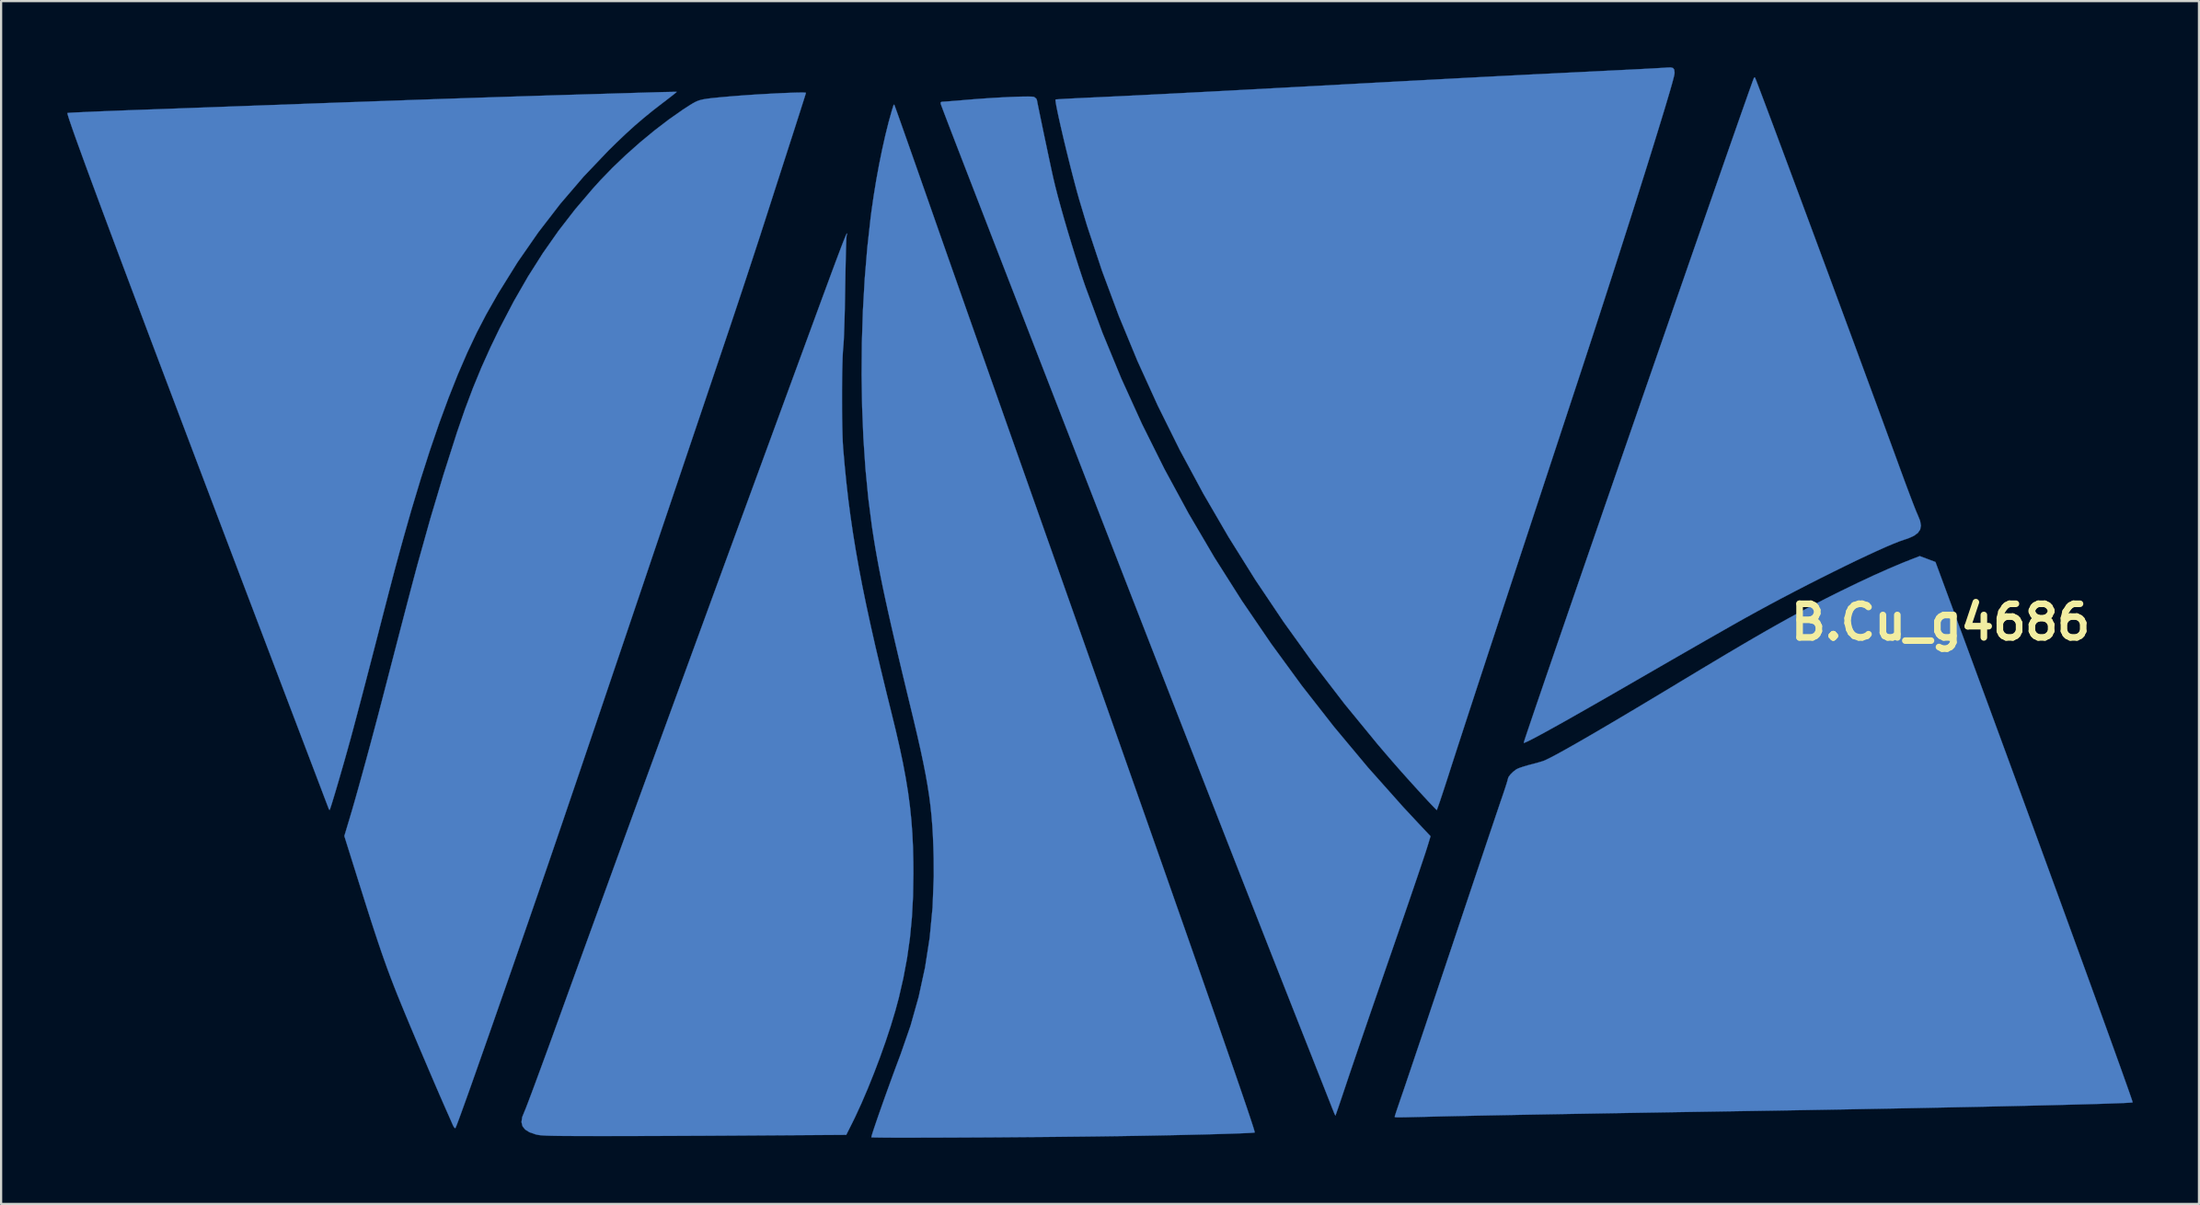
<source format=kicad_pcb>
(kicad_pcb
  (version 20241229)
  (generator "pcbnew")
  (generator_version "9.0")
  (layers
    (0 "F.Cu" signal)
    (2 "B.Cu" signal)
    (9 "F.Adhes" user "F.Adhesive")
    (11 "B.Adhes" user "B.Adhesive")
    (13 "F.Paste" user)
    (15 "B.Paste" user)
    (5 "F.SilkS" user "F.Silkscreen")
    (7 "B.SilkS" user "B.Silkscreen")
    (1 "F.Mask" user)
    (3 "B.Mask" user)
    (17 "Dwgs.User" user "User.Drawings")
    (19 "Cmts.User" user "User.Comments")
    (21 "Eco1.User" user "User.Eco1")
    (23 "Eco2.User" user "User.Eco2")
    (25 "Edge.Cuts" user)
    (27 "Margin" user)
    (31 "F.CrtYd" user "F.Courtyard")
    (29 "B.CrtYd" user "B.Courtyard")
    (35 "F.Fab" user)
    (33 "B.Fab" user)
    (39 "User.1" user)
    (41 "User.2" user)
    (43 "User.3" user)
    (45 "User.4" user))
  (footprint "B.Cu_g4686"
    (layer "F.Cu")
    (at 84.845 25.139)
    (property "Reference" "B.Cu_g4686" (at 0 0 0) (layer "F.SilkS") (effects (font (size 1.524 1.524) (thickness 0.3))))
    (attr through_hole)
    (fp_poly (pts (xy -8.408 -24.677) (xy -8.389 -24.632) (xy -8.341 -24.512) (xy -8.268 -24.321) (xy -8.17 -24.063) (xy -8.049 -23.742) (xy -7.906 -23.362) (xy -7.743 -22.927) (xy -7.561 -22.442) (xy -7.363 -21.91) (xy -7.149 -21.337) (xy -6.921 -20.725) (xy -6.681 -20.078) (xy -6.429 -19.403) (xy -6.169 -18.701) (xy -5.9 -17.977) (xy -5.625 -17.236) (xy -5.346 -16.482) (xy -5.063 -15.719) (xy -4.779 -14.95) (xy -4.494 -14.18) (xy -4.211 -13.414) (xy -3.93 -12.654) (xy -3.655 -11.906) (xy -3.385 -11.174) (xy -3.122 -10.461) (xy -2.868 -9.772) (xy -2.625 -9.111) (xy -2.395 -8.482) (xy -2.177 -7.889) (xy -1.975 -7.337) (xy -1.79 -6.828) (xy -1.769 -6.773) (xy -1.635 -6.407) (xy -1.504 -6.056) (xy -1.381 -5.728) (xy -1.269 -5.435) (xy -1.173 -5.188) (xy -1.096 -4.997) (xy -1.042 -4.872) (xy -1.032 -4.85) (xy -0.929 -4.595) (xy -0.892 -4.379) (xy -0.925 -4.197) (xy -1.03 -4.044) (xy -1.211 -3.912) (xy -1.472 -3.796) (xy -1.651 -3.737) (xy -1.867 -3.662) (xy -2.15 -3.55) (xy -2.494 -3.404) (xy -2.891 -3.226) (xy -3.335 -3.021) (xy -3.82 -2.792) (xy -4.337 -2.541) (xy -4.881 -2.273) (xy -5.445 -1.991) (xy -6.022 -1.698) (xy -6.605 -1.397) (xy -7.187 -1.092) (xy -7.762 -0.786) (xy -8.322 -0.482) (xy -8.856 -0.187) (xy -9.096 -0.053) (xy -9.4 0.119) (xy -9.762 0.325) (xy -10.174 0.56) (xy -10.627 0.818) (xy -11.113 1.097) (xy -11.625 1.391) (xy -12.154 1.695) (xy -12.693 2.006) (xy -13.234 2.318) (xy -13.768 2.627) (xy -13.782 2.634) (xy -14.548 3.077) (xy -15.256 3.484) (xy -15.905 3.855) (xy -16.494 4.19) (xy -17.021 4.488) (xy -17.486 4.748) (xy -17.886 4.969) (xy -18.221 5.151) (xy -18.488 5.292) (xy -18.688 5.393) (xy -18.818 5.451) (xy -18.877 5.468) (xy -18.881 5.464) (xy -18.867 5.415) (xy -18.827 5.29) (xy -18.761 5.091) (xy -18.671 4.823) (xy -18.558 4.489) (xy -18.423 4.091) (xy -18.267 3.634) (xy -18.091 3.121) (xy -17.898 2.555) (xy -17.686 1.939) (xy -17.459 1.278) (xy -17.217 0.574) (xy -16.961 -0.17) (xy -16.693 -0.949) (xy -16.413 -1.761) (xy -16.123 -2.602) (xy -15.824 -3.468) (xy -15.517 -4.357) (xy -15.204 -5.266) (xy -14.884 -6.189) (xy -14.561 -7.125) (xy -14.234 -8.07) (xy -13.905 -9.02) (xy -13.576 -9.972) (xy -13.246 -10.923) (xy -12.918 -11.869) (xy -12.593 -12.807) (xy -12.272 -13.734) (xy -11.956 -14.646) (xy -11.645 -15.54) (xy -11.343 -16.412) (xy -11.048 -17.259) (xy -10.764 -18.077) (xy -10.49 -18.864) (xy -10.228 -19.616) (xy -9.979 -20.329) (xy -9.745 -21.001) (xy -9.526 -21.627) (xy -9.324 -22.204) (xy -9.14 -22.73) (xy -8.975 -23.2) (xy -8.83 -23.611) (xy -8.707 -23.96) (xy -8.606 -24.243) (xy -8.529 -24.458) (xy -8.477 -24.6) (xy -8.45 -24.666) (xy -8.448 -24.671) (xy -8.409 -24.678) (xy -8.408 -24.677)) (stroke (width 0.01) (type solid)) (fill yes) (layer "B.Cu"))
    (fp_poly (pts (xy -41.144 -23.81) (xy -41.059 -23.798) (xy -41.058 -23.798) (xy -40.957 -23.719) (xy -40.926 -23.636) (xy -40.908 -23.537) (xy -40.874 -23.368) (xy -40.827 -23.139) (xy -40.77 -22.863) (xy -40.705 -22.55) (xy -40.635 -22.212) (xy -40.561 -21.861) (xy -40.487 -21.51) (xy -40.415 -21.168) (xy -40.347 -20.849) (xy -40.286 -20.563) (xy -40.233 -20.322) (xy -40.193 -20.138) (xy -40.191 -20.13) (xy -40.101 -19.752) (xy -39.987 -19.308) (xy -39.852 -18.813) (xy -39.702 -18.28) (xy -39.539 -17.724) (xy -39.368 -17.157) (xy -39.194 -16.595) (xy -39.02 -16.051) (xy -38.851 -15.539) (xy -38.735 -15.202) (xy -37.962 -13.111) (xy -37.106 -11.035) (xy -36.17 -8.976) (xy -35.154 -6.938) (xy -34.06 -4.922) (xy -32.89 -2.93) (xy -31.644 -0.965) (xy -30.324 0.971) (xy -28.933 2.875) (xy -27.47 4.746) (xy -25.937 6.581) (xy -24.337 8.378) (xy -23.691 9.071) (xy -23.102 9.697) (xy -23.22 10.087) (xy -23.271 10.25) (xy -23.344 10.476) (xy -23.441 10.767) (xy -23.561 11.124) (xy -23.705 11.55) (xy -23.874 12.046) (xy -24.068 12.613) (xy -24.287 13.252) (xy -24.533 13.966) (xy -24.805 14.755) (xy -25.105 15.621) (xy -25.39 16.447) (xy -25.577 16.986) (xy -25.766 17.534) (xy -25.954 18.08) (xy -26.137 18.615) (xy -26.313 19.128) (xy -26.477 19.61) (xy -26.627 20.05) (xy -26.759 20.438) (xy -26.869 20.765) (xy -26.943 20.987) (xy -27.051 21.309) (xy -27.15 21.604) (xy -27.238 21.863) (xy -27.311 22.076) (xy -27.366 22.234) (xy -27.401 22.329) (xy -27.411 22.352) (xy -27.432 22.315) (xy -27.475 22.218) (xy -27.531 22.078) (xy -27.553 22.024) (xy -27.593 21.922) (xy -27.66 21.75) (xy -27.752 21.516) (xy -27.865 21.23) (xy -27.995 20.9) (xy -28.14 20.534) (xy -28.295 20.141) (xy -28.457 19.729) (xy -28.533 19.537) (xy -29.127 18.034) (xy -29.749 16.456) (xy -30.4 14.803) (xy -31.079 13.072) (xy -31.788 11.266) (xy -32.525 9.383) (xy -33.292 7.422) (xy -34.088 5.384) (xy -34.913 3.269) (xy -35.768 1.075) (xy -36.652 -1.196) (xy -37.566 -3.547) (xy -38.51 -5.976) (xy -38.532 -6.032) (xy -39.147 -7.617) (xy -39.732 -9.122) (xy -40.286 -10.55) (xy -40.81 -11.9) (xy -41.304 -13.173) (xy -41.768 -14.37) (xy -42.203 -15.49) (xy -42.608 -16.535) (xy -42.984 -17.505) (xy -43.33 -18.4) (xy -43.648 -19.221) (xy -43.937 -19.968) (xy -44.198 -20.642) (xy -44.43 -21.243) (xy -44.634 -21.771) (xy -44.81 -22.228) (xy -44.958 -22.613) (xy -45.078 -22.928) (xy -45.171 -23.172) (xy -45.236 -23.346) (xy -45.275 -23.45) (xy -45.286 -23.484) (xy -45.286 -23.557) (xy -45.228 -23.579) (xy -45.206 -23.58) (xy -45.136 -23.584) (xy -44.996 -23.593) (xy -44.797 -23.609) (xy -44.555 -23.628) (xy -44.282 -23.651) (xy -44.133 -23.664) (xy -43.716 -23.698) (xy -43.298 -23.728) (xy -42.889 -23.755) (xy -42.498 -23.777) (xy -42.134 -23.795) (xy -41.808 -23.807) (xy -41.528 -23.814) (xy -41.303 -23.815) (xy -41.144 -23.81)) (stroke (width 0.01) (type solid)) (fill yes) (layer "B.Cu"))
    (fp_poly (pts (xy -49.532 -17.588) (xy -49.549 -17.514) (xy -49.551 -17.505) (xy -49.557 -17.439) (xy -49.565 -17.297) (xy -49.573 -17.087) (xy -49.581 -16.817) (xy -49.589 -16.497) (xy -49.597 -16.134) (xy -49.605 -15.737) (xy -49.612 -15.314) (xy -49.615 -15.155) (xy -49.623 -14.666) (xy -49.632 -14.203) (xy -49.643 -13.773) (xy -49.655 -13.387) (xy -49.667 -13.052) (xy -49.679 -12.778) (xy -49.692 -12.573) (xy -49.701 -12.467) (xy -49.717 -12.281) (xy -49.73 -12.023) (xy -49.74 -11.704) (xy -49.749 -11.338) (xy -49.754 -10.936) (xy -49.758 -10.511) (xy -49.758 -10.074) (xy -49.757 -9.639) (xy -49.752 -9.218) (xy -49.745 -8.822) (xy -49.736 -8.464) (xy -49.724 -8.156) (xy -49.709 -7.911) (xy -49.708 -7.895) (xy -49.64 -7.115) (xy -49.564 -6.35) (xy -49.478 -5.592) (xy -49.379 -4.834) (xy -49.267 -4.068) (xy -49.141 -3.287) (xy -48.999 -2.484) (xy -48.84 -1.65) (xy -48.661 -0.778) (xy -48.463 0.138) (xy -48.244 1.108) (xy -48.001 2.137) (xy -47.735 3.235) (xy -47.535 4.043) (xy -47.329 4.885) (xy -47.151 5.66) (xy -46.999 6.38) (xy -46.872 7.057) (xy -46.767 7.702) (xy -46.684 8.328) (xy -46.62 8.947) (xy -46.573 9.571) (xy -46.543 10.212) (xy -46.528 10.882) (xy -46.525 11.39) (xy -46.541 12.412) (xy -46.593 13.377) (xy -46.682 14.304) (xy -46.811 15.214) (xy -46.982 16.128) (xy -47.186 17.018) (xy -47.35 17.626) (xy -47.55 18.289) (xy -47.781 18.988) (xy -48.036 19.707) (xy -48.309 20.427) (xy -48.592 21.13) (xy -48.879 21.8) (xy -49.163 22.417) (xy -49.294 22.684) (xy -49.566 23.227) (xy -53.919 23.255) (xy -54.588 23.259) (xy -55.282 23.263) (xy -55.988 23.267) (xy -56.698 23.27) (xy -57.398 23.273) (xy -58.08 23.276) (xy -58.731 23.278) (xy -59.341 23.279) (xy -59.899 23.28) (xy -60.394 23.281) (xy -60.812 23.281) (xy -61.348 23.28) (xy -61.806 23.279) (xy -62.193 23.277) (xy -62.516 23.275) (xy -62.783 23.271) (xy -63 23.266) (xy -63.174 23.26) (xy -63.312 23.252) (xy -63.422 23.243) (xy -63.509 23.231) (xy -63.582 23.217) (xy -63.631 23.206) (xy -63.91 23.11) (xy -64.109 22.986) (xy -64.23 22.833) (xy -64.275 22.647) (xy -64.244 22.425) (xy -64.141 22.171) (xy -64.108 22.094) (xy -64.049 21.943) (xy -63.965 21.724) (xy -63.859 21.443) (xy -63.733 21.107) (xy -63.59 20.72) (xy -63.431 20.289) (xy -63.259 19.821) (xy -63.075 19.319) (xy -62.883 18.792) (xy -62.685 18.244) (xy -62.616 18.055) (xy -62.132 16.717) (xy -61.619 15.301) (xy -61.076 13.807) (xy -60.504 12.234) (xy -59.903 10.582) (xy -59.273 8.852) (xy -58.613 7.043) (xy -57.924 5.155) (xy -57.205 3.188) (xy -56.457 1.143) (xy -55.68 -0.982) (xy -54.873 -3.185) (xy -54.036 -5.468) (xy -53.17 -7.829) (xy -52.275 -10.27) (xy -51.35 -12.79) (xy -50.863 -14.118) (xy -50.62 -14.778) (xy -50.405 -15.36) (xy -50.217 -15.869) (xy -50.054 -16.307) (xy -49.915 -16.676) (xy -49.8 -16.98) (xy -49.707 -17.221) (xy -49.634 -17.403) (xy -49.582 -17.527) (xy -49.548 -17.598) (xy -49.532 -17.617) (xy -49.532 -17.588)) (stroke (width 0.01) (type solid)) (fill yes) (layer "B.Cu"))
    (fp_poly (pts (xy -57.248 -24.027) (xy -57.245 -24.026) (xy -57.273 -23.999) (xy -57.359 -23.929) (xy -57.493 -23.823) (xy -57.664 -23.691) (xy -57.861 -23.54) (xy -57.88 -23.526) (xy -58.331 -23.177) (xy -58.748 -22.837) (xy -59.15 -22.493) (xy -59.554 -22.126) (xy -59.978 -21.722) (xy -60.349 -21.357) (xy -61.461 -20.189) (xy -62.515 -18.959) (xy -63.512 -17.666) (xy -64.452 -16.312) (xy -65.333 -14.896) (xy -65.874 -13.945) (xy -66.303 -13.12) (xy -66.731 -12.215) (xy -67.157 -11.23) (xy -67.581 -10.162) (xy -68.004 -9.013) (xy -68.426 -7.781) (xy -68.847 -6.466) (xy -69.268 -5.068) (xy -69.59 -3.937) (xy -69.664 -3.672) (xy -69.733 -3.422) (xy -69.8 -3.179) (xy -69.866 -2.935) (xy -69.934 -2.684) (xy -70.006 -2.416) (xy -70.083 -2.125) (xy -70.167 -1.804) (xy -70.261 -1.445) (xy -70.366 -1.04) (xy -70.485 -0.582) (xy -70.619 -0.063) (xy -70.77 0.524) (xy -70.913 1.079) (xy -71.048 1.6) (xy -71.186 2.133) (xy -71.325 2.668) (xy -71.462 3.192) (xy -71.594 3.694) (xy -71.718 4.162) (xy -71.83 4.584) (xy -71.927 4.949) (xy -72.007 5.243) (xy -72.01 5.255) (xy -72.105 5.597) (xy -72.205 5.957) (xy -72.309 6.326) (xy -72.415 6.693) (xy -72.518 7.051) (xy -72.617 7.39) (xy -72.709 7.701) (xy -72.791 7.973) (xy -72.86 8.199) (xy -72.914 8.369) (xy -72.95 8.474) (xy -72.964 8.504) (xy -72.99 8.488) (xy -73.002 8.462) (xy -73.021 8.412) (xy -73.067 8.291) (xy -73.138 8.105) (xy -73.23 7.863) (xy -73.341 7.57) (xy -73.468 7.236) (xy -73.608 6.867) (xy -73.759 6.47) (xy -73.853 6.223) (xy -74.621 4.204) (xy -75.359 2.262) (xy -76.067 0.399) (xy -76.746 -1.388) (xy -77.395 -3.098) (xy -78.015 -4.733) (xy -78.606 -6.292) (xy -79.169 -7.778) (xy -79.703 -9.19) (xy -80.209 -10.529) (xy -80.688 -11.796) (xy -81.139 -12.991) (xy -81.562 -14.116) (xy -81.959 -15.171) (xy -82.329 -16.156) (xy -82.672 -17.072) (xy -82.989 -17.92) (xy -83.28 -18.701) (xy -83.545 -19.416) (xy -83.785 -20.064) (xy -84 -20.647) (xy -84.189 -21.166) (xy -84.354 -21.62) (xy -84.495 -22.011) (xy -84.611 -22.34) (xy -84.703 -22.607) (xy -84.772 -22.813) (xy -84.817 -22.958) (xy -84.839 -23.043) (xy -84.84 -23.069) (xy -84.792 -23.075) (xy -84.666 -23.083) (xy -84.468 -23.094) (xy -84.206 -23.106) (xy -83.885 -23.121) (xy -83.513 -23.137) (xy -83.095 -23.154) (xy -82.639 -23.172) (xy -82.15 -23.191) (xy -81.637 -23.21) (xy -81.547 -23.213) (xy -80.932 -23.235) (xy -80.267 -23.259) (xy -79.569 -23.285) (xy -78.855 -23.311) (xy -78.141 -23.337) (xy -77.442 -23.363) (xy -76.777 -23.387) (xy -76.16 -23.41) (xy -75.609 -23.43) (xy -75.523 -23.433) (xy -73.865 -23.494) (xy -72.288 -23.551) (xy -70.787 -23.605) (xy -69.357 -23.655) (xy -67.995 -23.702) (xy -66.695 -23.746) (xy -65.454 -23.787) (xy -64.268 -23.825) (xy -63.132 -23.861) (xy -62.041 -23.894) (xy -61.934 -23.897) (xy -61.455 -23.912) (xy -60.96 -23.926) (xy -60.462 -23.941) (xy -59.977 -23.956) (xy -59.518 -23.969) (xy -59.102 -23.982) (xy -58.743 -23.992) (xy -58.483 -24) (xy -58.17 -24.009) (xy -57.886 -24.017) (xy -57.641 -24.022) (xy -57.446 -24.026) (xy -57.311 -24.028) (xy -57.248 -24.027)) (stroke (width 0.01) (type solid)) (fill yes) (layer "B.Cu"))
    (fp_poly (pts (xy -12.12 -25.108) (xy -12.066 -25.038) (xy -12.05 -24.914) (xy -12.051 -24.862) (xy -12.065 -24.778) (xy -12.105 -24.617) (xy -12.168 -24.384) (xy -12.254 -24.082) (xy -12.362 -23.717) (xy -12.489 -23.29) (xy -12.636 -22.808) (xy -12.8 -22.273) (xy -12.98 -21.689) (xy -13.175 -21.061) (xy -13.384 -20.393) (xy -13.606 -19.689) (xy -13.838 -18.952) (xy -14.081 -18.187) (xy -14.333 -17.398) (xy -14.592 -16.588) (xy -14.857 -15.762) (xy -15.127 -14.924) (xy -15.401 -14.077) (xy -15.677 -13.227) (xy -15.955 -12.376) (xy -16.232 -11.529) (xy -16.404 -11.007) (xy -16.472 -10.799) (xy -16.565 -10.518) (xy -16.68 -10.169) (xy -16.815 -9.758) (xy -16.968 -9.292) (xy -17.138 -8.777) (xy -17.321 -8.22) (xy -17.517 -7.626) (xy -17.722 -7.003) (xy -17.935 -6.356) (xy -18.154 -5.691) (xy -18.377 -5.015) (xy -18.601 -4.335) (xy -18.62 -4.276) (xy -18.989 -3.157) (xy -19.332 -2.114) (xy -19.651 -1.143) (xy -19.948 -0.241) (xy -20.223 0.597) (xy -20.479 1.374) (xy -20.715 2.096) (xy -20.935 2.765) (xy -21.138 3.387) (xy -21.327 3.964) (xy -21.502 4.501) (xy -21.665 5.002) (xy -21.818 5.471) (xy -21.961 5.912) (xy -22.096 6.33) (xy -22.224 6.727) (xy -22.296 6.953) (xy -22.408 7.298) (xy -22.512 7.617) (xy -22.606 7.9) (xy -22.686 8.14) (xy -22.751 8.326) (xy -22.796 8.452) (xy -22.818 8.507) (xy -22.82 8.509) (xy -22.855 8.479) (xy -22.937 8.396) (xy -23.059 8.269) (xy -23.211 8.108) (xy -23.383 7.922) (xy -23.418 7.885) (xy -23.808 7.458) (xy -24.157 7.072) (xy -24.482 6.707) (xy -24.802 6.342) (xy -25.133 5.958) (xy -25.494 5.535) (xy -25.509 5.517) (xy -26.987 3.715) (xy -28.401 1.874) (xy -29.751 -0.004) (xy -31.034 -1.914) (xy -32.247 -3.854) (xy -33.39 -5.819) (xy -34.461 -7.807) (xy -35.457 -9.815) (xy -36.377 -11.838) (xy -37.218 -13.873) (xy -37.98 -15.918) (xy -38.66 -17.969) (xy -39.016 -19.156) (xy -39.105 -19.473) (xy -39.2 -19.825) (xy -39.299 -20.202) (xy -39.401 -20.598) (xy -39.502 -21.002) (xy -39.602 -21.407) (xy -39.698 -21.805) (xy -39.787 -22.185) (xy -39.869 -22.541) (xy -39.941 -22.864) (xy -40.001 -23.145) (xy -40.047 -23.375) (xy -40.077 -23.547) (xy -40.09 -23.652) (xy -40.086 -23.68) (xy -40.041 -23.686) (xy -39.921 -23.694) (xy -39.736 -23.706) (xy -39.494 -23.719) (xy -39.206 -23.734) (xy -38.881 -23.75) (xy -38.528 -23.767) (xy -38.523 -23.767) (xy -37.949 -23.794) (xy -37.352 -23.822) (xy -36.727 -23.852) (xy -36.068 -23.885) (xy -35.371 -23.92) (xy -34.629 -23.958) (xy -33.839 -23.999) (xy -32.993 -24.043) (xy -32.088 -24.091) (xy -31.118 -24.143) (xy -30.077 -24.199) (xy -28.96 -24.259) (xy -28.215 -24.299) (xy -27.141 -24.358) (xy -26.146 -24.412) (xy -25.224 -24.462) (xy -24.372 -24.508) (xy -23.582 -24.55) (xy -22.85 -24.589) (xy -22.171 -24.625) (xy -21.539 -24.659) (xy -20.948 -24.69) (xy -20.394 -24.719) (xy -19.872 -24.746) (xy -19.374 -24.771) (xy -18.898 -24.796) (xy -18.436 -24.819) (xy -17.984 -24.841) (xy -17.801 -24.85) (xy -17.328 -24.874) (xy -16.8 -24.9) (xy -16.243 -24.927) (xy -15.68 -24.955) (xy -15.137 -24.982) (xy -14.637 -25.007) (xy -14.33 -25.022) (xy -13.949 -25.041) (xy -13.587 -25.059) (xy -13.253 -25.077) (xy -12.959 -25.093) (xy -12.715 -25.107) (xy -12.531 -25.118) (xy -12.419 -25.126) (xy -12.404 -25.127) (xy -12.228 -25.134) (xy -12.12 -25.108)) (stroke (width 0.01) (type solid)) (fill yes) (layer "B.Cu"))
    (fp_poly (pts (xy -47.392 -23.445) (xy -47.375 -23.403) (xy -47.333 -23.287) (xy -47.266 -23.102) (xy -47.178 -22.855) (xy -47.07 -22.55) (xy -46.944 -22.193) (xy -46.802 -21.791) (xy -46.646 -21.348) (xy -46.478 -20.87) (xy -46.3 -20.364) (xy -46.115 -19.834) (xy -46.106 -19.809) (xy -45.921 -19.282) (xy -45.745 -18.779) (xy -45.575 -18.294) (xy -45.411 -17.825) (xy -45.25 -17.366) (xy -45.091 -16.913) (xy -44.933 -16.463) (xy -44.774 -16.011) (xy -44.612 -15.552) (xy -44.447 -15.082) (xy -44.277 -14.598) (xy -44.1 -14.094) (xy -43.914 -13.567) (xy -43.719 -13.013) (xy -43.512 -12.427) (xy -43.292 -11.805) (xy -43.059 -11.142) (xy -42.809 -10.435) (xy -42.542 -9.679) (xy -42.257 -8.87) (xy -41.951 -8.003) (xy -41.623 -7.075) (xy -41.272 -6.082) (xy -40.896 -5.018) (xy -40.495 -3.88) (xy -40.365 -3.514) (xy -39.674 -1.556) (xy -39.008 0.33) (xy -38.369 2.143) (xy -37.755 3.883) (xy -37.168 5.55) (xy -36.607 7.143) (xy -36.072 8.663) (xy -35.564 10.108) (xy -35.082 11.479) (xy -34.628 12.775) (xy -34.199 13.996) (xy -33.798 15.142) (xy -33.424 16.213) (xy -33.077 17.207) (xy -32.757 18.125) (xy -32.465 18.967) (xy -32.2 19.732) (xy -31.962 20.421) (xy -31.752 21.031) (xy -31.57 21.564) (xy -31.415 22.019) (xy -31.289 22.396) (xy -31.19 22.695) (xy -31.12 22.914) (xy -31.078 23.055) (xy -31.064 23.116) (xy -31.065 23.119) (xy -31.115 23.127) (xy -31.244 23.137) (xy -31.446 23.147) (xy -31.716 23.158) (xy -32.048 23.17) (xy -32.435 23.182) (xy -32.873 23.195) (xy -33.355 23.208) (xy -33.876 23.22) (xy -34.431 23.233) (xy -35.012 23.245) (xy -35.615 23.257) (xy -36.235 23.268) (xy -36.864 23.278) (xy -37.105 23.282) (xy -37.64 23.289) (xy -38.21 23.297) (xy -38.808 23.304) (xy -39.429 23.31) (xy -40.068 23.317) (xy -40.72 23.323) (xy -41.378 23.328) (xy -42.038 23.333) (xy -42.694 23.338) (xy -43.341 23.342) (xy -43.972 23.345) (xy -44.584 23.348) (xy -45.17 23.35) (xy -45.725 23.352) (xy -46.244 23.353) (xy -46.721 23.354) (xy -47.15 23.354) (xy -47.527 23.353) (xy -47.845 23.351) (xy -48.1 23.348) (xy -48.286 23.345) (xy -48.397 23.341) (xy -48.429 23.337) (xy -48.415 23.273) (xy -48.375 23.138) (xy -48.311 22.942) (xy -48.226 22.691) (xy -48.125 22.396) (xy -48.009 22.065) (xy -47.882 21.705) (xy -47.747 21.327) (xy -47.606 20.938) (xy -47.464 20.548) (xy -47.323 20.164) (xy -47.185 19.795) (xy -47.102 19.574) (xy -46.653 18.28) (xy -46.285 16.972) (xy -45.997 15.646) (xy -45.787 14.298) (xy -45.656 12.924) (xy -45.602 11.521) (xy -45.606 10.71) (xy -45.62 10.184) (xy -45.64 9.692) (xy -45.667 9.223) (xy -45.704 8.769) (xy -45.751 8.318) (xy -45.81 7.862) (xy -45.884 7.389) (xy -45.972 6.892) (xy -46.077 6.359) (xy -46.2 5.781) (xy -46.343 5.148) (xy -46.507 4.45) (xy -46.631 3.937) (xy -46.851 3.027) (xy -47.051 2.193) (xy -47.232 1.428) (xy -47.396 0.727) (xy -47.544 0.084) (xy -47.677 -0.508) (xy -47.797 -1.055) (xy -47.905 -1.562) (xy -48.002 -2.037) (xy -48.089 -2.485) (xy -48.168 -2.912) (xy -48.241 -3.324) (xy -48.308 -3.728) (xy -48.37 -4.129) (xy -48.405 -4.36) (xy -48.568 -5.628) (xy -48.696 -6.96) (xy -48.789 -8.343) (xy -48.847 -9.764) (xy -48.87 -11.208) (xy -48.858 -12.665) (xy -48.811 -14.119) (xy -48.729 -15.559) (xy -48.612 -16.97) (xy -48.46 -18.34) (xy -48.426 -18.604) (xy -48.325 -19.307) (xy -48.209 -20.019) (xy -48.08 -20.723) (xy -47.941 -21.407) (xy -47.796 -22.056) (xy -47.647 -22.655) (xy -47.497 -23.19) (xy -47.43 -23.406) (xy -47.403 -23.448) (xy -47.392 -23.445)) (stroke (width 0.01) (type solid)) (fill yes) (layer "B.Cu"))
    (fp_poly (pts (xy -0.589 -2.861) (xy -0.233 -2.728) (xy 0.815 0.107) (xy 1.16 1.041) (xy 1.51 1.991) (xy 1.864 2.954) (xy 2.222 3.925) (xy 2.581 4.902) (xy 2.941 5.882) (xy 3.3 6.861) (xy 3.658 7.836) (xy 4.012 8.803) (xy 4.363 9.761) (xy 4.708 10.705) (xy 5.046 11.631) (xy 5.378 12.538) (xy 5.7 13.422) (xy 6.012 14.279) (xy 6.313 15.106) (xy 6.602 15.9) (xy 6.877 16.658) (xy 7.138 17.376) (xy 7.382 18.052) (xy 7.61 18.682) (xy 7.819 19.262) (xy 8.009 19.791) (xy 8.179 20.263) (xy 8.326 20.677) (xy 8.451 21.028) (xy 8.552 21.314) (xy 8.627 21.532) (xy 8.676 21.677) (xy 8.697 21.748) (xy 8.697 21.754) (xy 8.648 21.763) (xy 8.517 21.772) (xy 8.308 21.783) (xy 8.023 21.794) (xy 7.666 21.807) (xy 7.241 21.821) (xy 6.749 21.835) (xy 6.195 21.85) (xy 5.581 21.866) (xy 4.911 21.883) (xy 4.187 21.9) (xy 3.413 21.918) (xy 2.592 21.936) (xy 1.728 21.955) (xy 0.822 21.973) (xy -0.121 21.992) (xy -1.099 22.012) (xy -2.108 22.031) (xy -3.145 22.05) (xy -4.207 22.07) (xy -5.291 22.089) (xy -6.395 22.108) (xy -7.513 22.127) (xy -8.645 22.145) (xy -9.716 22.162) (xy -10.829 22.18) (xy -11.926 22.197) (xy -13.001 22.215) (xy -14.051 22.232) (xy -15.071 22.249) (xy -16.055 22.266) (xy -16.999 22.282) (xy -17.899 22.298) (xy -18.75 22.313) (xy -19.547 22.328) (xy -20.285 22.342) (xy -20.96 22.355) (xy -21.567 22.368) (xy -22.102 22.379) (xy -22.56 22.389) (xy -22.797 22.395) (xy -23.251 22.406) (xy -23.627 22.415) (xy -23.934 22.422) (xy -24.177 22.428) (xy -24.365 22.431) (xy -24.504 22.432) (xy -24.602 22.432) (xy -24.666 22.43) (xy -24.702 22.426) (xy -24.719 22.42) (xy -24.724 22.412) (xy -24.723 22.402) (xy -24.723 22.399) (xy -24.709 22.35) (xy -24.672 22.232) (xy -24.614 22.057) (xy -24.539 21.837) (xy -24.452 21.581) (xy -24.38 21.372) (xy -24.325 21.214) (xy -24.246 20.981) (xy -24.144 20.678) (xy -24.02 20.312) (xy -23.877 19.888) (xy -23.717 19.412) (xy -23.54 18.888) (xy -23.35 18.323) (xy -23.149 17.722) (xy -22.937 17.09) (xy -22.717 16.434) (xy -22.491 15.759) (xy -22.26 15.069) (xy -22.097 14.584) (xy -21.866 13.892) (xy -21.639 13.213) (xy -21.417 12.551) (xy -21.203 11.912) (xy -20.998 11.301) (xy -20.804 10.724) (xy -20.624 10.186) (xy -20.458 9.692) (xy -20.308 9.248) (xy -20.177 8.859) (xy -20.066 8.53) (xy -19.977 8.266) (xy -19.912 8.074) (xy -19.879 7.98) (xy -19.794 7.73) (xy -19.719 7.505) (xy -19.659 7.317) (xy -19.618 7.18) (xy -19.601 7.108) (xy -19.6 7.103) (xy -19.568 7.013) (xy -19.483 6.899) (xy -19.366 6.782) (xy -19.236 6.681) (xy -19.172 6.644) (xy -19.061 6.598) (xy -18.894 6.542) (xy -18.699 6.484) (xy -18.589 6.455) (xy -18.388 6.402) (xy -18.199 6.35) (xy -18.048 6.305) (xy -17.992 6.286) (xy -17.86 6.23) (xy -17.658 6.13) (xy -17.388 5.987) (xy -17.053 5.803) (xy -16.654 5.578) (xy -16.193 5.314) (xy -15.673 5.013) (xy -15.095 4.674) (xy -14.462 4.3) (xy -13.775 3.891) (xy -13.036 3.449) (xy -12.248 2.975) (xy -11.811 2.711) (xy -11.018 2.233) (xy -10.289 1.796) (xy -9.62 1.397) (xy -9.002 1.032) (xy -8.431 0.698) (xy -7.898 0.391) (xy -7.399 0.108) (xy -6.925 -0.156) (xy -6.472 -0.404) (xy -6.032 -0.639) (xy -5.599 -0.866) (xy -5.167 -1.087) (xy -4.728 -1.307) (xy -4.508 -1.416) (xy -3.745 -1.786) (xy -3.022 -2.124) (xy -2.35 -2.424) (xy -1.735 -2.684) (xy -1.372 -2.828) (xy -0.945 -2.994) (xy -0.589 -2.861)) (stroke (width 0.01) (type solid)) (fill yes) (layer "B.Cu"))
    (fp_poly (pts (xy -51.5 -23.996) (xy -51.41 -23.99) (xy -51.393 -23.983) (xy -51.405 -23.937) (xy -51.441 -23.819) (xy -51.498 -23.638) (xy -51.574 -23.4) (xy -51.665 -23.114) (xy -51.769 -22.789) (xy -51.883 -22.432) (xy -51.982 -22.125) (xy -52.116 -21.71) (xy -52.27 -21.232) (xy -52.44 -20.706) (xy -52.618 -20.152) (xy -52.801 -19.585) (xy -52.981 -19.023) (xy -53.155 -18.483) (xy -53.313 -17.992) (xy -53.461 -17.533) (xy -53.632 -17.01) (xy -53.82 -16.436) (xy -54.02 -15.826) (xy -54.228 -15.196) (xy -54.439 -14.56) (xy -54.648 -13.934) (xy -54.849 -13.331) (xy -55.039 -12.768) (xy -55.048 -12.742) (xy -55.597 -11.115) (xy -56.12 -9.564) (xy -56.618 -8.09) (xy -57.091 -6.687) (xy -57.541 -5.355) (xy -57.968 -4.091) (xy -58.373 -2.892) (xy -58.756 -1.755) (xy -59.12 -0.678) (xy -59.464 0.341) (xy -59.79 1.305) (xy -60.099 2.217) (xy -60.39 3.078) (xy -60.665 3.892) (xy -60.926 4.662) (xy -61.172 5.388) (xy -61.405 6.075) (xy -61.625 6.725) (xy -61.834 7.339) (xy -62.032 7.921) (xy -62.22 8.474) (xy -62.398 8.999) (xy -62.569 9.499) (xy -62.732 9.977) (xy -62.889 10.436) (xy -63.04 10.877) (xy -63.186 11.303) (xy -63.329 11.717) (xy -63.468 12.122) (xy -63.605 12.519) (xy -63.741 12.912) (xy -63.876 13.303) (xy -64.011 13.694) (xy -64.148 14.088) (xy -64.286 14.487) (xy -64.428 14.894) (xy -64.573 15.312) (xy -64.636 15.494) (xy -64.974 16.465) (xy -65.291 17.373) (xy -65.586 18.218) (xy -65.859 18.998) (xy -66.11 19.711) (xy -66.337 20.357) (xy -66.541 20.934) (xy -66.721 21.44) (xy -66.877 21.874) (xy -67.007 22.235) (xy -67.112 22.521) (xy -67.191 22.732) (xy -67.244 22.865) (xy -67.269 22.919) (xy -67.27 22.92) (xy -67.307 22.909) (xy -67.36 22.831) (xy -67.388 22.772) (xy -67.435 22.665) (xy -67.507 22.5) (xy -67.596 22.299) (xy -67.693 22.08) (xy -67.723 22.013) (xy -67.836 21.755) (xy -67.978 21.43) (xy -68.141 21.053) (xy -68.321 20.634) (xy -68.512 20.187) (xy -68.709 19.724) (xy -68.908 19.257) (xy -69.101 18.799) (xy -69.285 18.363) (xy -69.343 18.224) (xy -69.543 17.744) (xy -69.725 17.302) (xy -69.893 16.889) (xy -70.049 16.494) (xy -70.197 16.11) (xy -70.34 15.727) (xy -70.481 15.335) (xy -70.625 14.925) (xy -70.773 14.488) (xy -70.93 14.015) (xy -71.099 13.496) (xy -71.282 12.923) (xy -71.484 12.284) (xy -71.664 11.713) (xy -72.299 9.688) (xy -72.068 8.919) (xy -71.947 8.511) (xy -71.809 8.031) (xy -71.657 7.49) (xy -71.493 6.9) (xy -71.32 6.27) (xy -71.141 5.61) (xy -70.96 4.933) (xy -70.778 4.248) (xy -70.6 3.566) (xy -70.575 3.471) (xy -70.376 2.704) (xy -70.197 2.013) (xy -70.036 1.394) (xy -69.893 0.841) (xy -69.765 0.348) (xy -69.651 -0.088) (xy -69.55 -0.475) (xy -69.461 -0.817) (xy -69.382 -1.118) (xy -69.312 -1.386) (xy -69.249 -1.624) (xy -69.192 -1.839) (xy -69.14 -2.035) (xy -69.091 -2.218) (xy -69.045 -2.392) (xy -68.998 -2.564) (xy -68.976 -2.646) (xy -68.402 -4.696) (xy -67.811 -6.673) (xy -67.205 -8.572) (xy -67.191 -8.615) (xy -66.837 -9.641) (xy -66.473 -10.609) (xy -66.088 -11.543) (xy -65.671 -12.469) (xy -65.253 -13.335) (xy -64.627 -14.533) (xy -63.981 -15.657) (xy -63.307 -16.72) (xy -62.598 -17.731) (xy -61.847 -18.702) (xy -61.046 -19.642) (xy -60.7 -20.024) (xy -60.145 -20.598) (xy -59.542 -21.173) (xy -58.908 -21.736) (xy -58.258 -22.273) (xy -57.609 -22.77) (xy -56.977 -23.214) (xy -56.661 -23.419) (xy -56.532 -23.498) (xy -56.418 -23.562) (xy -56.307 -23.613) (xy -56.186 -23.654) (xy -56.044 -23.687) (xy -55.868 -23.716) (xy -55.647 -23.744) (xy -55.367 -23.772) (xy -55.017 -23.804) (xy -54.949 -23.81) (xy -54.623 -23.837) (xy -54.271 -23.864) (xy -53.903 -23.89) (xy -53.528 -23.914) (xy -53.155 -23.935) (xy -52.794 -23.955) (xy -52.454 -23.971) (xy -52.146 -23.983) (xy -51.878 -23.992) (xy -51.659 -23.996) (xy -51.5 -23.996)) (stroke (width 0.01) (type solid)) (fill yes) (layer "B.Cu")))
  (gr_rect
    (start -3 -3)
    (end 96.548 51.498)
    (stroke (width 0.1) (type default))
    (fill no)
    (layer "Edge.Cuts")))
</source>
